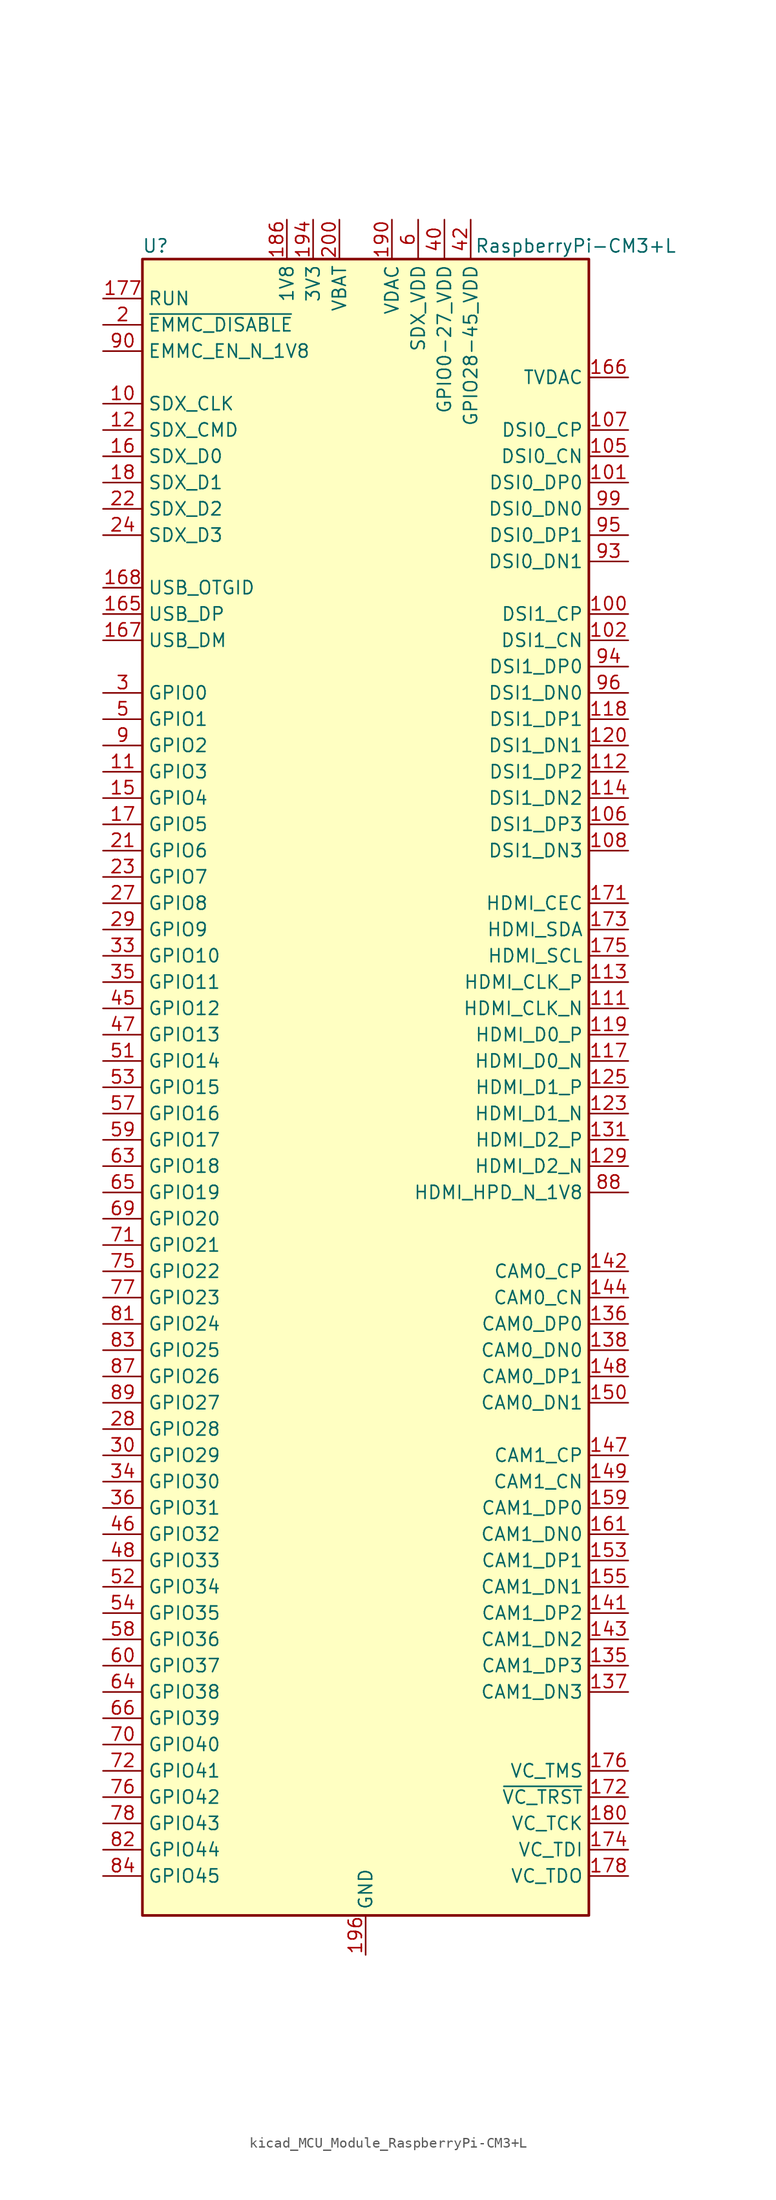
<source format=kicad_sym>
(kicad_symbol_lib
  (version 20220914)
  (generator kicad_symbol_editor)
  (symbol "kicad_MCU_Module_RaspberryPi-CM3+L"
    (property "Reference" "U"
      (at -20.32 81.28 0)
      (effects (font (size 1.27 1.27))))
    (property "Value" "RaspberryPi-CM3+L"
      (at 20.32 81.28 0)
      (effects (font (size 1.27 1.27))))
    (symbol "kicad_MCU_Module_RaspberryPi-CM3+L_0_1"
      (rectangle (start -21.59 80.01) (end 21.59 -80.01) (stroke (width 0.254) (type default)) (fill (type background))))
    (symbol "kicad_MCU_Module_RaspberryPi-CM3+L_1_1"
      (pin passive line (at 0 -83.82 90) (length 3.81) hide (name "GND" (effects (font (size 1.27 1.27)))) (number "1" (effects (font (size 1.27 1.27)))))
      (pin output line (at -25.4 66.04 0) (length 3.81) (name "SDX_CLK" (effects (font (size 1.27 1.27)))) (number "10" (effects (font (size 1.27 1.27)))))
      (pin output line (at 25.4 45.72 180) (length 3.81) (name "DSI1_CP" (effects (font (size 1.27 1.27)))) (number "100" (effects (font (size 1.27 1.27)))))
      (pin output line (at 25.4 58.42 180) (length 3.81) (name "DSI0_DP0" (effects (font (size 1.27 1.27)))) (number "101" (effects (font (size 1.27 1.27)))))
      (pin output line (at 25.4 43.18 180) (length 3.81) (name "DSI1_CN" (effects (font (size 1.27 1.27)))) (number "102" (effects (font (size 1.27 1.27)))))
      (pin passive line (at 0 -83.82 90) (length 3.81) hide (name "GND" (effects (font (size 1.27 1.27)))) (number "103" (effects (font (size 1.27 1.27)))))
      (pin passive line (at 0 -83.82 90) (length 3.81) hide (name "GND" (effects (font (size 1.27 1.27)))) (number "104" (effects (font (size 1.27 1.27)))))
      (pin output line (at 25.4 60.96 180) (length 3.81) (name "DSI0_CN" (effects (font (size 1.27 1.27)))) (number "105" (effects (font (size 1.27 1.27)))))
      (pin output line (at 25.4 25.4 180) (length 3.81) (name "DSI1_DP3" (effects (font (size 1.27 1.27)))) (number "106" (effects (font (size 1.27 1.27)))))
      (pin output line (at 25.4 63.5 180) (length 3.81) (name "DSI0_CP" (effects (font (size 1.27 1.27)))) (number "107" (effects (font (size 1.27 1.27)))))
      (pin output line (at 25.4 22.86 180) (length 3.81) (name "DSI1_DN3" (effects (font (size 1.27 1.27)))) (number "108" (effects (font (size 1.27 1.27)))))
      (pin passive line (at 0 -83.82 90) (length 3.81) hide (name "GND" (effects (font (size 1.27 1.27)))) (number "109" (effects (font (size 1.27 1.27)))))
      (pin bidirectional line (at -25.4 30.48 0) (length 3.81) (name "GPIO3" (effects (font (size 1.27 1.27)))) (number "11" (effects (font (size 1.27 1.27)))))
      (pin passive line (at 0 -83.82 90) (length 3.81) hide (name "GND" (effects (font (size 1.27 1.27)))) (number "110" (effects (font (size 1.27 1.27)))))
      (pin output line (at 25.4 7.62 180) (length 3.81) (name "HDMI_CLK_N" (effects (font (size 1.27 1.27)))) (number "111" (effects (font (size 1.27 1.27)))))
      (pin output line (at 25.4 30.48 180) (length 3.81) (name "DSI1_DP2" (effects (font (size 1.27 1.27)))) (number "112" (effects (font (size 1.27 1.27)))))
      (pin output line (at 25.4 10.16 180) (length 3.81) (name "HDMI_CLK_P" (effects (font (size 1.27 1.27)))) (number "113" (effects (font (size 1.27 1.27)))))
      (pin output line (at 25.4 27.94 180) (length 3.81) (name "DSI1_DN2" (effects (font (size 1.27 1.27)))) (number "114" (effects (font (size 1.27 1.27)))))
      (pin passive line (at 0 -83.82 90) (length 3.81) hide (name "GND" (effects (font (size 1.27 1.27)))) (number "115" (effects (font (size 1.27 1.27)))))
      (pin passive line (at 0 -83.82 90) (length 3.81) hide (name "GND" (effects (font (size 1.27 1.27)))) (number "116" (effects (font (size 1.27 1.27)))))
      (pin output line (at 25.4 2.54 180) (length 3.81) (name "HDMI_D0_N" (effects (font (size 1.27 1.27)))) (number "117" (effects (font (size 1.27 1.27)))))
      (pin output line (at 25.4 35.56 180) (length 3.81) (name "DSI1_DP1" (effects (font (size 1.27 1.27)))) (number "118" (effects (font (size 1.27 1.27)))))
      (pin output line (at 25.4 5.08 180) (length 3.81) (name "HDMI_D0_P" (effects (font (size 1.27 1.27)))) (number "119" (effects (font (size 1.27 1.27)))))
      (pin bidirectional line (at -25.4 63.5 0) (length 3.81) (name "SDX_CMD" (effects (font (size 1.27 1.27)))) (number "12" (effects (font (size 1.27 1.27)))))
      (pin output line (at 25.4 33.02 180) (length 3.81) (name "DSI1_DN1" (effects (font (size 1.27 1.27)))) (number "120" (effects (font (size 1.27 1.27)))))
      (pin passive line (at 0 -83.82 90) (length 3.81) hide (name "GND" (effects (font (size 1.27 1.27)))) (number "121" (effects (font (size 1.27 1.27)))))
      (pin passive line (at 0 -83.82 90) (length 3.81) hide (name "GND" (effects (font (size 1.27 1.27)))) (number "122" (effects (font (size 1.27 1.27)))))
      (pin output line (at 25.4 -2.54 180) (length 3.81) (name "HDMI_D1_N" (effects (font (size 1.27 1.27)))) (number "123" (effects (font (size 1.27 1.27)))))
      (pin no_connect line (at 20.32 76.2 180) (length 2.54) hide (name "NC" (effects (font (size 1.27 1.27)))) (number "124" (effects (font (size 1.27 1.27)))))
      (pin output line (at 25.4 0 180) (length 3.81) (name "HDMI_D1_P" (effects (font (size 1.27 1.27)))) (number "125" (effects (font (size 1.27 1.27)))))
      (pin no_connect line (at 20.32 73.66 180) (length 2.54) hide (name "NC" (effects (font (size 1.27 1.27)))) (number "126" (effects (font (size 1.27 1.27)))))
      (pin passive line (at 0 -83.82 90) (length 3.81) hide (name "GND" (effects (font (size 1.27 1.27)))) (number "127" (effects (font (size 1.27 1.27)))))
      (pin no_connect line (at 20.32 71.12 180) (length 2.54) hide (name "NC" (effects (font (size 1.27 1.27)))) (number "128" (effects (font (size 1.27 1.27)))))
      (pin output line (at 25.4 -7.62 180) (length 3.81) (name "HDMI_D2_N" (effects (font (size 1.27 1.27)))) (number "129" (effects (font (size 1.27 1.27)))))
      (pin passive line (at 0 -83.82 90) (length 3.81) hide (name "GND" (effects (font (size 1.27 1.27)))) (number "13" (effects (font (size 1.27 1.27)))))
      (pin no_connect line (at 20.32 66.04 180) (length 2.54) hide (name "NC" (effects (font (size 1.27 1.27)))) (number "130" (effects (font (size 1.27 1.27)))))
      (pin output line (at 25.4 -5.08 180) (length 3.81) (name "HDMI_D2_P" (effects (font (size 1.27 1.27)))) (number "131" (effects (font (size 1.27 1.27)))))
      (pin no_connect line (at 20.32 48.26 180) (length 2.54) hide (name "NC" (effects (font (size 1.27 1.27)))) (number "132" (effects (font (size 1.27 1.27)))))
      (pin passive line (at 0 -83.82 90) (length 3.81) hide (name "GND" (effects (font (size 1.27 1.27)))) (number "133" (effects (font (size 1.27 1.27)))))
      (pin passive line (at 0 -83.82 90) (length 3.81) hide (name "GND" (effects (font (size 1.27 1.27)))) (number "134" (effects (font (size 1.27 1.27)))))
      (pin input line (at 25.4 -55.88 180) (length 3.81) (name "CAM1_DP3" (effects (font (size 1.27 1.27)))) (number "135" (effects (font (size 1.27 1.27)))))
      (pin input line (at 25.4 -22.86 180) (length 3.81) (name "CAM0_DP0" (effects (font (size 1.27 1.27)))) (number "136" (effects (font (size 1.27 1.27)))))
      (pin input line (at 25.4 -58.42 180) (length 3.81) (name "CAM1_DN3" (effects (font (size 1.27 1.27)))) (number "137" (effects (font (size 1.27 1.27)))))
      (pin input line (at 25.4 -25.4 180) (length 3.81) (name "CAM0_DN0" (effects (font (size 1.27 1.27)))) (number "138" (effects (font (size 1.27 1.27)))))
      (pin passive line (at 0 -83.82 90) (length 3.81) hide (name "GND" (effects (font (size 1.27 1.27)))) (number "139" (effects (font (size 1.27 1.27)))))
      (pin passive line (at 0 -83.82 90) (length 3.81) hide (name "GND" (effects (font (size 1.27 1.27)))) (number "14" (effects (font (size 1.27 1.27)))))
      (pin passive line (at 0 -83.82 90) (length 3.81) hide (name "GND" (effects (font (size 1.27 1.27)))) (number "140" (effects (font (size 1.27 1.27)))))
      (pin input line (at 25.4 -50.8 180) (length 3.81) (name "CAM1_DP2" (effects (font (size 1.27 1.27)))) (number "141" (effects (font (size 1.27 1.27)))))
      (pin input line (at 25.4 -17.78 180) (length 3.81) (name "CAM0_CP" (effects (font (size 1.27 1.27)))) (number "142" (effects (font (size 1.27 1.27)))))
      (pin input line (at 25.4 -53.34 180) (length 3.81) (name "CAM1_DN2" (effects (font (size 1.27 1.27)))) (number "143" (effects (font (size 1.27 1.27)))))
      (pin input line (at 25.4 -20.32 180) (length 3.81) (name "CAM0_CN" (effects (font (size 1.27 1.27)))) (number "144" (effects (font (size 1.27 1.27)))))
      (pin passive line (at 0 -83.82 90) (length 3.81) hide (name "GND" (effects (font (size 1.27 1.27)))) (number "145" (effects (font (size 1.27 1.27)))))
      (pin passive line (at 0 -83.82 90) (length 3.81) hide (name "GND" (effects (font (size 1.27 1.27)))) (number "146" (effects (font (size 1.27 1.27)))))
      (pin input line (at 25.4 -35.56 180) (length 3.81) (name "CAM1_CP" (effects (font (size 1.27 1.27)))) (number "147" (effects (font (size 1.27 1.27)))))
      (pin input line (at 25.4 -27.94 180) (length 3.81) (name "CAM0_DP1" (effects (font (size 1.27 1.27)))) (number "148" (effects (font (size 1.27 1.27)))))
      (pin input line (at 25.4 -38.1 180) (length 3.81) (name "CAM1_CN" (effects (font (size 1.27 1.27)))) (number "149" (effects (font (size 1.27 1.27)))))
      (pin bidirectional line (at -25.4 27.94 0) (length 3.81) (name "GPIO4" (effects (font (size 1.27 1.27)))) (number "15" (effects (font (size 1.27 1.27)))))
      (pin input line (at 25.4 -30.48 180) (length 3.81) (name "CAM0_DN1" (effects (font (size 1.27 1.27)))) (number "150" (effects (font (size 1.27 1.27)))))
      (pin passive line (at 0 -83.82 90) (length 3.81) hide (name "GND" (effects (font (size 1.27 1.27)))) (number "151" (effects (font (size 1.27 1.27)))))
      (pin passive line (at 0 -83.82 90) (length 3.81) hide (name "GND" (effects (font (size 1.27 1.27)))) (number "152" (effects (font (size 1.27 1.27)))))
      (pin input line (at 25.4 -45.72 180) (length 3.81) (name "CAM1_DP1" (effects (font (size 1.27 1.27)))) (number "153" (effects (font (size 1.27 1.27)))))
      (pin no_connect line (at 20.32 -15.24 180) (length 2.54) hide (name "NC" (effects (font (size 1.27 1.27)))) (number "154" (effects (font (size 1.27 1.27)))))
      (pin input line (at 25.4 -48.26 180) (length 3.81) (name "CAM1_DN1" (effects (font (size 1.27 1.27)))) (number "155" (effects (font (size 1.27 1.27)))))
      (pin no_connect line (at 20.32 -12.7 180) (length 2.54) hide (name "NC" (effects (font (size 1.27 1.27)))) (number "156" (effects (font (size 1.27 1.27)))))
      (pin passive line (at 0 -83.82 90) (length 3.81) hide (name "GND" (effects (font (size 1.27 1.27)))) (number "157" (effects (font (size 1.27 1.27)))))
      (pin no_connect line (at 20.32 20.32 180) (length 2.54) hide (name "NC" (effects (font (size 1.27 1.27)))) (number "158" (effects (font (size 1.27 1.27)))))
      (pin input line (at 25.4 -40.64 180) (length 3.81) (name "CAM1_DP0" (effects (font (size 1.27 1.27)))) (number "159" (effects (font (size 1.27 1.27)))))
      (pin bidirectional line (at -25.4 60.96 0) (length 3.81) (name "SDX_D0" (effects (font (size 1.27 1.27)))) (number "16" (effects (font (size 1.27 1.27)))))
      (pin no_connect line (at 20.32 -60.96 180) (length 2.54) hide (name "NC" (effects (font (size 1.27 1.27)))) (number "160" (effects (font (size 1.27 1.27)))))
      (pin input line (at 25.4 -43.18 180) (length 3.81) (name "CAM1_DN0" (effects (font (size 1.27 1.27)))) (number "161" (effects (font (size 1.27 1.27)))))
      (pin no_connect line (at 20.32 -63.5 180) (length 2.54) hide (name "NC" (effects (font (size 1.27 1.27)))) (number "162" (effects (font (size 1.27 1.27)))))
      (pin passive line (at 0 -83.82 90) (length 3.81) hide (name "GND" (effects (font (size 1.27 1.27)))) (number "163" (effects (font (size 1.27 1.27)))))
      (pin passive line (at 0 -83.82 90) (length 3.81) hide (name "GND" (effects (font (size 1.27 1.27)))) (number "164" (effects (font (size 1.27 1.27)))))
      (pin bidirectional line (at -25.4 45.72 0) (length 3.81) (name "USB_DP" (effects (font (size 1.27 1.27)))) (number "165" (effects (font (size 1.27 1.27)))))
      (pin output line (at 25.4 68.58 180) (length 3.81) (name "TVDAC" (effects (font (size 1.27 1.27)))) (number "166" (effects (font (size 1.27 1.27)))))
      (pin bidirectional line (at -25.4 43.18 0) (length 3.81) (name "USB_DM" (effects (font (size 1.27 1.27)))) (number "167" (effects (font (size 1.27 1.27)))))
      (pin passive line (at -25.4 48.26 0) (length 3.81) (name "USB_OTGID" (effects (font (size 1.27 1.27)))) (number "168" (effects (font (size 1.27 1.27)))))
      (pin passive line (at 0 -83.82 90) (length 3.81) hide (name "GND" (effects (font (size 1.27 1.27)))) (number "169" (effects (font (size 1.27 1.27)))))
      (pin bidirectional line (at -25.4 25.4 0) (length 3.81) (name "GPIO5" (effects (font (size 1.27 1.27)))) (number "17" (effects (font (size 1.27 1.27)))))
      (pin passive line (at 0 -83.82 90) (length 3.81) hide (name "GND" (effects (font (size 1.27 1.27)))) (number "170" (effects (font (size 1.27 1.27)))))
      (pin bidirectional line (at 25.4 17.78 180) (length 3.81) (name "HDMI_CEC" (effects (font (size 1.27 1.27)))) (number "171" (effects (font (size 1.27 1.27)))))
      (pin input line (at 25.4 -68.58 180) (length 3.81) (name "~{VC_TRST}" (effects (font (size 1.27 1.27)))) (number "172" (effects (font (size 1.27 1.27)))))
      (pin bidirectional line (at 25.4 15.24 180) (length 3.81) (name "HDMI_SDA" (effects (font (size 1.27 1.27)))) (number "173" (effects (font (size 1.27 1.27)))))
      (pin input line (at 25.4 -73.66 180) (length 3.81) (name "VC_TDI" (effects (font (size 1.27 1.27)))) (number "174" (effects (font (size 1.27 1.27)))))
      (pin bidirectional line (at 25.4 12.7 180) (length 3.81) (name "HDMI_SCL" (effects (font (size 1.27 1.27)))) (number "175" (effects (font (size 1.27 1.27)))))
      (pin input line (at 25.4 -66.04 180) (length 3.81) (name "VC_TMS" (effects (font (size 1.27 1.27)))) (number "176" (effects (font (size 1.27 1.27)))))
      (pin input line (at -25.4 76.2 0) (length 3.81) (name "RUN" (effects (font (size 1.27 1.27)))) (number "177" (effects (font (size 1.27 1.27)))))
      (pin output line (at 25.4 -76.2 180) (length 3.81) (name "VC_TDO" (effects (font (size 1.27 1.27)))) (number "178" (effects (font (size 1.27 1.27)))))
      (pin no_connect line (at 0 78.74 270) (length 2.54) hide (name "VDD_CORE_(DO_NOT_CONNECT)" (effects (font (size 1.27 1.27)))) (number "179" (effects (font (size 1.27 1.27)))))
      (pin bidirectional line (at -25.4 58.42 0) (length 3.81) (name "SDX_D1" (effects (font (size 1.27 1.27)))) (number "18" (effects (font (size 1.27 1.27)))))
      (pin input line (at 25.4 -71.12 180) (length 3.81) (name "VC_TCK" (effects (font (size 1.27 1.27)))) (number "180" (effects (font (size 1.27 1.27)))))
      (pin passive line (at 0 -83.82 90) (length 3.81) hide (name "GND" (effects (font (size 1.27 1.27)))) (number "181" (effects (font (size 1.27 1.27)))))
      (pin passive line (at 0 -83.82 90) (length 3.81) hide (name "GND" (effects (font (size 1.27 1.27)))) (number "182" (effects (font (size 1.27 1.27)))))
      (pin passive line (at -7.62 83.82 270) (length 3.81) hide (name "1V8" (effects (font (size 1.27 1.27)))) (number "183" (effects (font (size 1.27 1.27)))))
      (pin passive line (at -7.62 83.82 270) (length 3.81) hide (name "1V8" (effects (font (size 1.27 1.27)))) (number "184" (effects (font (size 1.27 1.27)))))
      (pin passive line (at -7.62 83.82 270) (length 3.81) hide (name "1V8" (effects (font (size 1.27 1.27)))) (number "185" (effects (font (size 1.27 1.27)))))
      (pin power_in line (at -7.62 83.82 270) (length 3.81) (name "1V8" (effects (font (size 1.27 1.27)))) (number "186" (effects (font (size 1.27 1.27)))))
      (pin passive line (at 0 -83.82 90) (length 3.81) hide (name "GND" (effects (font (size 1.27 1.27)))) (number "187" (effects (font (size 1.27 1.27)))))
      (pin passive line (at 0 -83.82 90) (length 3.81) hide (name "GND" (effects (font (size 1.27 1.27)))) (number "188" (effects (font (size 1.27 1.27)))))
      (pin passive line (at 2.54 83.82 270) (length 3.81) hide (name "VDAC" (effects (font (size 1.27 1.27)))) (number "189" (effects (font (size 1.27 1.27)))))
      (pin passive line (at 0 -83.82 90) (length 3.81) hide (name "GND" (effects (font (size 1.27 1.27)))) (number "19" (effects (font (size 1.27 1.27)))))
      (pin power_in line (at 2.54 83.82 270) (length 3.81) (name "VDAC" (effects (font (size 1.27 1.27)))) (number "190" (effects (font (size 1.27 1.27)))))
      (pin passive line (at -5.08 83.82 270) (length 3.81) hide (name "3V3" (effects (font (size 1.27 1.27)))) (number "191" (effects (font (size 1.27 1.27)))))
      (pin passive line (at -5.08 83.82 270) (length 3.81) hide (name "3V3" (effects (font (size 1.27 1.27)))) (number "192" (effects (font (size 1.27 1.27)))))
      (pin passive line (at -5.08 83.82 270) (length 3.81) hide (name "3V3" (effects (font (size 1.27 1.27)))) (number "193" (effects (font (size 1.27 1.27)))))
      (pin power_in line (at -5.08 83.82 270) (length 3.81) (name "3V3" (effects (font (size 1.27 1.27)))) (number "194" (effects (font (size 1.27 1.27)))))
      (pin passive line (at 0 -83.82 90) (length 3.81) hide (name "GND" (effects (font (size 1.27 1.27)))) (number "195" (effects (font (size 1.27 1.27)))))
      (pin power_out line (at 0 -83.82 90) (length 3.81) (name "GND" (effects (font (size 1.27 1.27)))) (number "196" (effects (font (size 1.27 1.27)))))
      (pin passive line (at -2.54 83.82 270) (length 3.81) hide (name "VBAT" (effects (font (size 1.27 1.27)))) (number "197" (effects (font (size 1.27 1.27)))))
      (pin passive line (at -2.54 83.82 270) (length 3.81) hide (name "VBAT" (effects (font (size 1.27 1.27)))) (number "198" (effects (font (size 1.27 1.27)))))
      (pin passive line (at -2.54 83.82 270) (length 3.81) hide (name "VBAT" (effects (font (size 1.27 1.27)))) (number "199" (effects (font (size 1.27 1.27)))))
      (pin input line (at -25.4 73.66 0) (length 3.81) (name "~{EMMC_DISABLE}" (effects (font (size 1.27 1.27)))) (number "2" (effects (font (size 1.27 1.27)))))
      (pin passive line (at 0 -83.82 90) (length 3.81) hide (name "GND" (effects (font (size 1.27 1.27)))) (number "20" (effects (font (size 1.27 1.27)))))
      (pin power_in line (at -2.54 83.82 270) (length 3.81) (name "VBAT" (effects (font (size 1.27 1.27)))) (number "200" (effects (font (size 1.27 1.27)))))
      (pin bidirectional line (at -25.4 22.86 0) (length 3.81) (name "GPIO6" (effects (font (size 1.27 1.27)))) (number "21" (effects (font (size 1.27 1.27)))))
      (pin bidirectional line (at -25.4 55.88 0) (length 3.81) (name "SDX_D2" (effects (font (size 1.27 1.27)))) (number "22" (effects (font (size 1.27 1.27)))))
      (pin bidirectional line (at -25.4 20.32 0) (length 3.81) (name "GPIO7" (effects (font (size 1.27 1.27)))) (number "23" (effects (font (size 1.27 1.27)))))
      (pin bidirectional line (at -25.4 53.34 0) (length 3.81) (name "SDX_D3" (effects (font (size 1.27 1.27)))) (number "24" (effects (font (size 1.27 1.27)))))
      (pin passive line (at 0 -83.82 90) (length 3.81) hide (name "GND" (effects (font (size 1.27 1.27)))) (number "25" (effects (font (size 1.27 1.27)))))
      (pin passive line (at 0 -83.82 90) (length 3.81) hide (name "GND" (effects (font (size 1.27 1.27)))) (number "26" (effects (font (size 1.27 1.27)))))
      (pin bidirectional line (at -25.4 17.78 0) (length 3.81) (name "GPIO8" (effects (font (size 1.27 1.27)))) (number "27" (effects (font (size 1.27 1.27)))))
      (pin bidirectional line (at -25.4 -33.02 0) (length 3.81) (name "GPIO28" (effects (font (size 1.27 1.27)))) (number "28" (effects (font (size 1.27 1.27)))))
      (pin bidirectional line (at -25.4 15.24 0) (length 3.81) (name "GPIO9" (effects (font (size 1.27 1.27)))) (number "29" (effects (font (size 1.27 1.27)))))
      (pin bidirectional line (at -25.4 38.1 0) (length 3.81) (name "GPIO0" (effects (font (size 1.27 1.27)))) (number "3" (effects (font (size 1.27 1.27)))))
      (pin bidirectional line (at -25.4 -35.56 0) (length 3.81) (name "GPIO29" (effects (font (size 1.27 1.27)))) (number "30" (effects (font (size 1.27 1.27)))))
      (pin passive line (at 0 -83.82 90) (length 3.81) hide (name "GND" (effects (font (size 1.27 1.27)))) (number "31" (effects (font (size 1.27 1.27)))))
      (pin passive line (at 0 -83.82 90) (length 3.81) hide (name "GND" (effects (font (size 1.27 1.27)))) (number "32" (effects (font (size 1.27 1.27)))))
      (pin bidirectional line (at -25.4 12.7 0) (length 3.81) (name "GPIO10" (effects (font (size 1.27 1.27)))) (number "33" (effects (font (size 1.27 1.27)))))
      (pin bidirectional line (at -25.4 -38.1 0) (length 3.81) (name "GPIO30" (effects (font (size 1.27 1.27)))) (number "34" (effects (font (size 1.27 1.27)))))
      (pin bidirectional line (at -25.4 10.16 0) (length 3.81) (name "GPIO11" (effects (font (size 1.27 1.27)))) (number "35" (effects (font (size 1.27 1.27)))))
      (pin bidirectional line (at -25.4 -40.64 0) (length 3.81) (name "GPIO31" (effects (font (size 1.27 1.27)))) (number "36" (effects (font (size 1.27 1.27)))))
      (pin passive line (at 0 -83.82 90) (length 3.81) hide (name "GND" (effects (font (size 1.27 1.27)))) (number "37" (effects (font (size 1.27 1.27)))))
      (pin passive line (at 0 -83.82 90) (length 3.81) hide (name "GND" (effects (font (size 1.27 1.27)))) (number "38" (effects (font (size 1.27 1.27)))))
      (pin passive line (at 7.62 83.82 270) (length 3.81) hide (name "GPIO0-27_VDD" (effects (font (size 1.27 1.27)))) (number "39" (effects (font (size 1.27 1.27)))))
      (pin passive line (at 5.08 83.82 270) (length 3.81) hide (name "SDX_VDD" (effects (font (size 1.27 1.27)))) (number "4" (effects (font (size 1.27 1.27)))))
      (pin power_in line (at 7.62 83.82 270) (length 3.81) (name "GPIO0-27_VDD" (effects (font (size 1.27 1.27)))) (number "40" (effects (font (size 1.27 1.27)))))
      (pin passive line (at 10.16 83.82 270) (length 3.81) hide (name "GPIO28-45_VDD" (effects (font (size 1.27 1.27)))) (number "41" (effects (font (size 1.27 1.27)))))
      (pin power_in line (at 10.16 83.82 270) (length 3.81) (name "GPIO28-45_VDD" (effects (font (size 1.27 1.27)))) (number "42" (effects (font (size 1.27 1.27)))))
      (pin passive line (at 0 -83.82 90) (length 3.81) hide (name "GND" (effects (font (size 1.27 1.27)))) (number "43" (effects (font (size 1.27 1.27)))))
      (pin passive line (at 0 -83.82 90) (length 3.81) hide (name "GND" (effects (font (size 1.27 1.27)))) (number "44" (effects (font (size 1.27 1.27)))))
      (pin bidirectional line (at -25.4 7.62 0) (length 3.81) (name "GPIO12" (effects (font (size 1.27 1.27)))) (number "45" (effects (font (size 1.27 1.27)))))
      (pin bidirectional line (at -25.4 -43.18 0) (length 3.81) (name "GPIO32" (effects (font (size 1.27 1.27)))) (number "46" (effects (font (size 1.27 1.27)))))
      (pin bidirectional line (at -25.4 5.08 0) (length 3.81) (name "GPIO13" (effects (font (size 1.27 1.27)))) (number "47" (effects (font (size 1.27 1.27)))))
      (pin bidirectional line (at -25.4 -45.72 0) (length 3.81) (name "GPIO33" (effects (font (size 1.27 1.27)))) (number "48" (effects (font (size 1.27 1.27)))))
      (pin passive line (at 0 -83.82 90) (length 3.81) hide (name "GND" (effects (font (size 1.27 1.27)))) (number "49" (effects (font (size 1.27 1.27)))))
      (pin bidirectional line (at -25.4 35.56 0) (length 3.81) (name "GPIO1" (effects (font (size 1.27 1.27)))) (number "5" (effects (font (size 1.27 1.27)))))
      (pin passive line (at 0 -83.82 90) (length 3.81) hide (name "GND" (effects (font (size 1.27 1.27)))) (number "50" (effects (font (size 1.27 1.27)))))
      (pin bidirectional line (at -25.4 2.54 0) (length 3.81) (name "GPIO14" (effects (font (size 1.27 1.27)))) (number "51" (effects (font (size 1.27 1.27)))))
      (pin bidirectional line (at -25.4 -48.26 0) (length 3.81) (name "GPIO34" (effects (font (size 1.27 1.27)))) (number "52" (effects (font (size 1.27 1.27)))))
      (pin bidirectional line (at -25.4 0 0) (length 3.81) (name "GPIO15" (effects (font (size 1.27 1.27)))) (number "53" (effects (font (size 1.27 1.27)))))
      (pin bidirectional line (at -25.4 -50.8 0) (length 3.81) (name "GPIO35" (effects (font (size 1.27 1.27)))) (number "54" (effects (font (size 1.27 1.27)))))
      (pin passive line (at 0 -83.82 90) (length 3.81) hide (name "GND" (effects (font (size 1.27 1.27)))) (number "55" (effects (font (size 1.27 1.27)))))
      (pin passive line (at 0 -83.82 90) (length 3.81) hide (name "GND" (effects (font (size 1.27 1.27)))) (number "56" (effects (font (size 1.27 1.27)))))
      (pin bidirectional line (at -25.4 -2.54 0) (length 3.81) (name "GPIO16" (effects (font (size 1.27 1.27)))) (number "57" (effects (font (size 1.27 1.27)))))
      (pin bidirectional line (at -25.4 -53.34 0) (length 3.81) (name "GPIO36" (effects (font (size 1.27 1.27)))) (number "58" (effects (font (size 1.27 1.27)))))
      (pin bidirectional line (at -25.4 -5.08 0) (length 3.81) (name "GPIO17" (effects (font (size 1.27 1.27)))) (number "59" (effects (font (size 1.27 1.27)))))
      (pin power_in line (at 5.08 83.82 270) (length 3.81) (name "SDX_VDD" (effects (font (size 1.27 1.27)))) (number "6" (effects (font (size 1.27 1.27)))))
      (pin bidirectional line (at -25.4 -55.88 0) (length 3.81) (name "GPIO37" (effects (font (size 1.27 1.27)))) (number "60" (effects (font (size 1.27 1.27)))))
      (pin passive line (at 0 -83.82 90) (length 3.81) hide (name "GND" (effects (font (size 1.27 1.27)))) (number "61" (effects (font (size 1.27 1.27)))))
      (pin passive line (at 0 -83.82 90) (length 3.81) hide (name "GND" (effects (font (size 1.27 1.27)))) (number "62" (effects (font (size 1.27 1.27)))))
      (pin bidirectional line (at -25.4 -7.62 0) (length 3.81) (name "GPIO18" (effects (font (size 1.27 1.27)))) (number "63" (effects (font (size 1.27 1.27)))))
      (pin bidirectional line (at -25.4 -58.42 0) (length 3.81) (name "GPIO38" (effects (font (size 1.27 1.27)))) (number "64" (effects (font (size 1.27 1.27)))))
      (pin bidirectional line (at -25.4 -10.16 0) (length 3.81) (name "GPIO19" (effects (font (size 1.27 1.27)))) (number "65" (effects (font (size 1.27 1.27)))))
      (pin bidirectional line (at -25.4 -60.96 0) (length 3.81) (name "GPIO39" (effects (font (size 1.27 1.27)))) (number "66" (effects (font (size 1.27 1.27)))))
      (pin passive line (at 0 -83.82 90) (length 3.81) hide (name "GND" (effects (font (size 1.27 1.27)))) (number "67" (effects (font (size 1.27 1.27)))))
      (pin passive line (at 0 -83.82 90) (length 3.81) hide (name "GND" (effects (font (size 1.27 1.27)))) (number "68" (effects (font (size 1.27 1.27)))))
      (pin bidirectional line (at -25.4 -12.7 0) (length 3.81) (name "GPIO20" (effects (font (size 1.27 1.27)))) (number "69" (effects (font (size 1.27 1.27)))))
      (pin passive line (at 0 -83.82 90) (length 3.81) hide (name "GND" (effects (font (size 1.27 1.27)))) (number "7" (effects (font (size 1.27 1.27)))))
      (pin bidirectional line (at -25.4 -63.5 0) (length 3.81) (name "GPIO40" (effects (font (size 1.27 1.27)))) (number "70" (effects (font (size 1.27 1.27)))))
      (pin bidirectional line (at -25.4 -15.24 0) (length 3.81) (name "GPIO21" (effects (font (size 1.27 1.27)))) (number "71" (effects (font (size 1.27 1.27)))))
      (pin bidirectional line (at -25.4 -66.04 0) (length 3.81) (name "GPIO41" (effects (font (size 1.27 1.27)))) (number "72" (effects (font (size 1.27 1.27)))))
      (pin passive line (at 0 -83.82 90) (length 3.81) hide (name "GND" (effects (font (size 1.27 1.27)))) (number "73" (effects (font (size 1.27 1.27)))))
      (pin passive line (at 0 -83.82 90) (length 3.81) hide (name "GND" (effects (font (size 1.27 1.27)))) (number "74" (effects (font (size 1.27 1.27)))))
      (pin bidirectional line (at -25.4 -17.78 0) (length 3.81) (name "GPIO22" (effects (font (size 1.27 1.27)))) (number "75" (effects (font (size 1.27 1.27)))))
      (pin bidirectional line (at -25.4 -68.58 0) (length 3.81) (name "GPIO42" (effects (font (size 1.27 1.27)))) (number "76" (effects (font (size 1.27 1.27)))))
      (pin bidirectional line (at -25.4 -20.32 0) (length 3.81) (name "GPIO23" (effects (font (size 1.27 1.27)))) (number "77" (effects (font (size 1.27 1.27)))))
      (pin bidirectional line (at -25.4 -71.12 0) (length 3.81) (name "GPIO43" (effects (font (size 1.27 1.27)))) (number "78" (effects (font (size 1.27 1.27)))))
      (pin passive line (at 0 -83.82 90) (length 3.81) hide (name "GND" (effects (font (size 1.27 1.27)))) (number "79" (effects (font (size 1.27 1.27)))))
      (pin passive line (at 0 -83.82 90) (length 3.81) hide (name "GND" (effects (font (size 1.27 1.27)))) (number "8" (effects (font (size 1.27 1.27)))))
      (pin passive line (at 0 -83.82 90) (length 3.81) hide (name "GND" (effects (font (size 1.27 1.27)))) (number "80" (effects (font (size 1.27 1.27)))))
      (pin bidirectional line (at -25.4 -22.86 0) (length 3.81) (name "GPIO24" (effects (font (size 1.27 1.27)))) (number "81" (effects (font (size 1.27 1.27)))))
      (pin bidirectional line (at -25.4 -73.66 0) (length 3.81) (name "GPIO44" (effects (font (size 1.27 1.27)))) (number "82" (effects (font (size 1.27 1.27)))))
      (pin bidirectional line (at -25.4 -25.4 0) (length 3.81) (name "GPIO25" (effects (font (size 1.27 1.27)))) (number "83" (effects (font (size 1.27 1.27)))))
      (pin bidirectional line (at -25.4 -76.2 0) (length 3.81) (name "GPIO45" (effects (font (size 1.27 1.27)))) (number "84" (effects (font (size 1.27 1.27)))))
      (pin passive line (at 0 -83.82 90) (length 3.81) hide (name "GND" (effects (font (size 1.27 1.27)))) (number "85" (effects (font (size 1.27 1.27)))))
      (pin passive line (at 0 -83.82 90) (length 3.81) hide (name "GND" (effects (font (size 1.27 1.27)))) (number "86" (effects (font (size 1.27 1.27)))))
      (pin bidirectional line (at -25.4 -27.94 0) (length 3.81) (name "GPIO26" (effects (font (size 1.27 1.27)))) (number "87" (effects (font (size 1.27 1.27)))))
      (pin input line (at 25.4 -10.16 180) (length 3.81) (name "HDMI_HPD_N_1V8" (effects (font (size 1.27 1.27)))) (number "88" (effects (font (size 1.27 1.27)))))
      (pin bidirectional line (at -25.4 -30.48 0) (length 3.81) (name "GPIO27" (effects (font (size 1.27 1.27)))) (number "89" (effects (font (size 1.27 1.27)))))
      (pin bidirectional line (at -25.4 33.02 0) (length 3.81) (name "GPIO2" (effects (font (size 1.27 1.27)))) (number "9" (effects (font (size 1.27 1.27)))))
      (pin output line (at -25.4 71.12 0) (length 3.81) (name "EMMC_EN_N_1V8" (effects (font (size 1.27 1.27)))) (number "90" (effects (font (size 1.27 1.27)))))
      (pin passive line (at 0 -83.82 90) (length 3.81) hide (name "GND" (effects (font (size 1.27 1.27)))) (number "91" (effects (font (size 1.27 1.27)))))
      (pin passive line (at 0 -83.82 90) (length 3.81) hide (name "GND" (effects (font (size 1.27 1.27)))) (number "92" (effects (font (size 1.27 1.27)))))
      (pin output line (at 25.4 50.8 180) (length 3.81) (name "DSI0_DN1" (effects (font (size 1.27 1.27)))) (number "93" (effects (font (size 1.27 1.27)))))
      (pin output line (at 25.4 40.64 180) (length 3.81) (name "DSI1_DP0" (effects (font (size 1.27 1.27)))) (number "94" (effects (font (size 1.27 1.27)))))
      (pin output line (at 25.4 53.34 180) (length 3.81) (name "DSI0_DP1" (effects (font (size 1.27 1.27)))) (number "95" (effects (font (size 1.27 1.27)))))
      (pin output line (at 25.4 38.1 180) (length 3.81) (name "DSI1_DN0" (effects (font (size 1.27 1.27)))) (number "96" (effects (font (size 1.27 1.27)))))
      (pin passive line (at 0 -83.82 90) (length 3.81) hide (name "GND" (effects (font (size 1.27 1.27)))) (number "97" (effects (font (size 1.27 1.27)))))
      (pin passive line (at 0 -83.82 90) (length 3.81) hide (name "GND" (effects (font (size 1.27 1.27)))) (number "98" (effects (font (size 1.27 1.27)))))
      (pin output line (at 25.4 55.88 180) (length 3.81) (name "DSI0_DN0" (effects (font (size 1.27 1.27)))) (number "99" (effects (font (size 1.27 1.27))))))))
</source>
